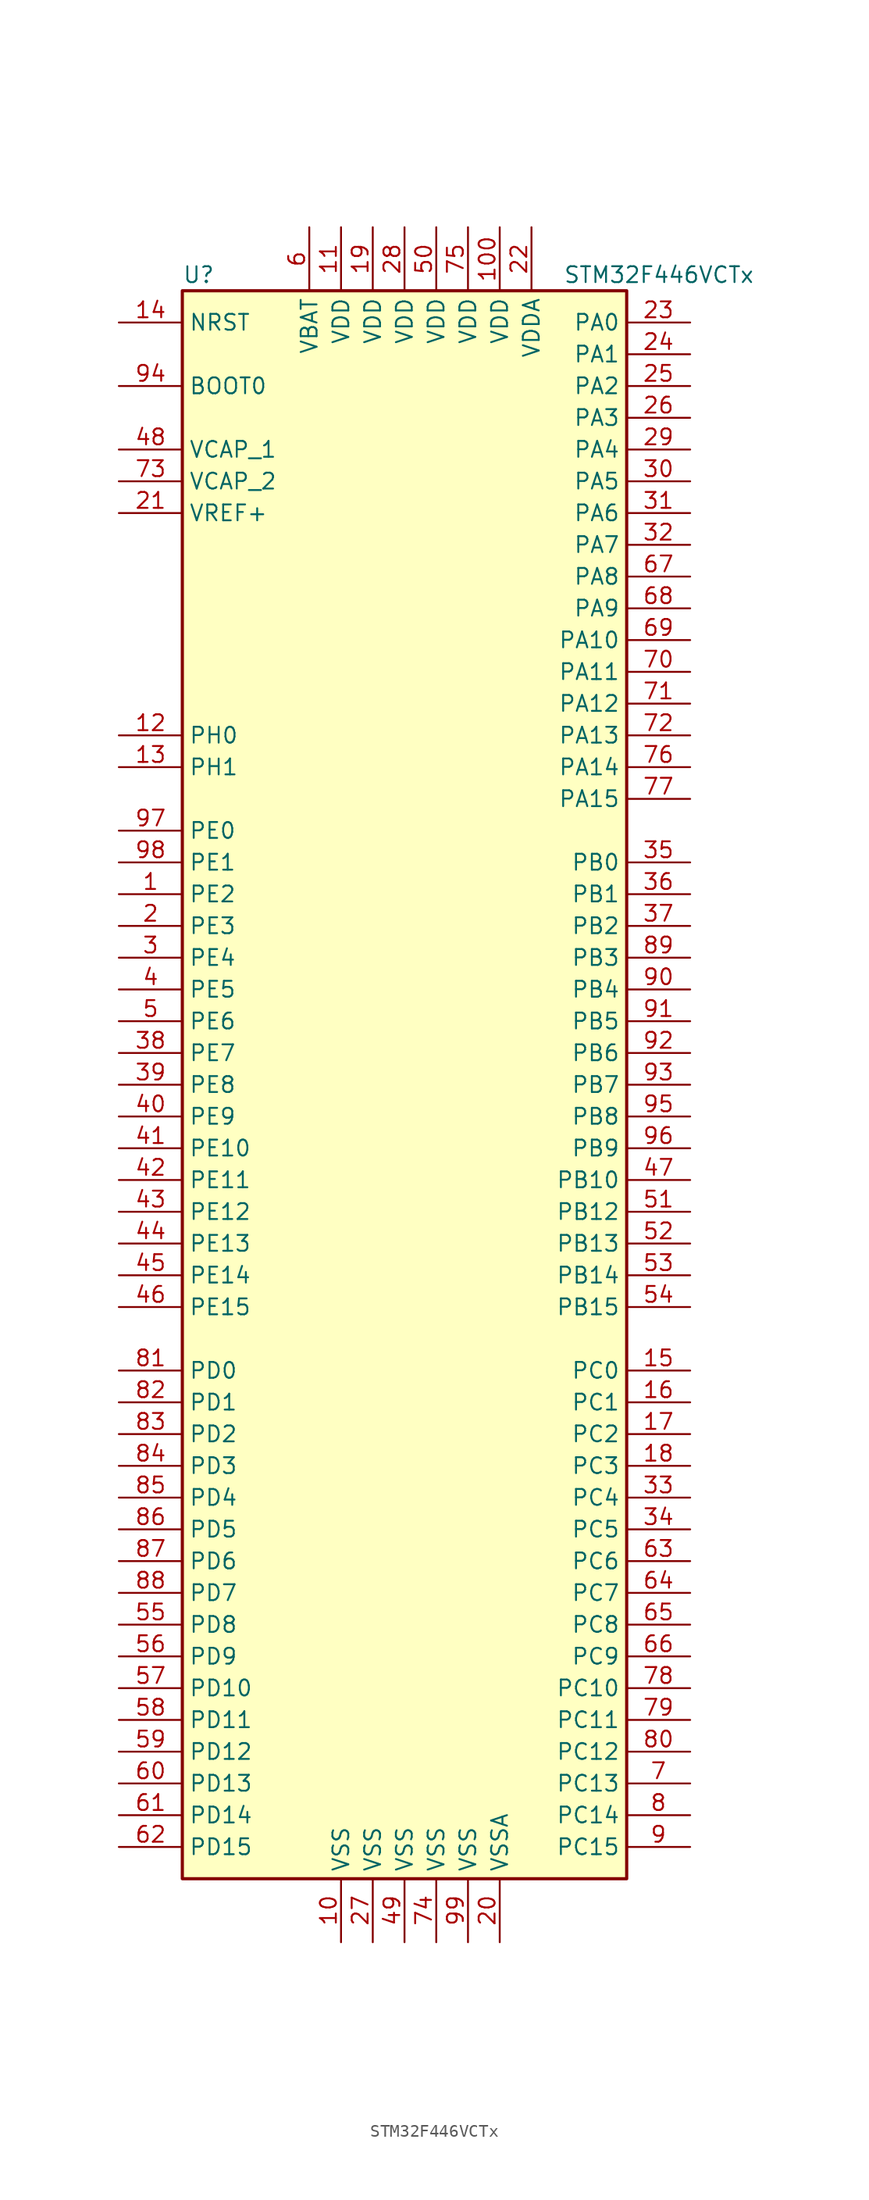
<source format=kicad_sym>
(kicad_symbol_lib
  (version 20211014)
  (generator kicad_symbol_editor)
  (symbol "STM32F446VCTx"
    (property "Reference" "U"
      (at -17.78 64.77 0)
      (effects (font (size 1.27 1.27)) (justify left)))
    (property "Value" "STM32F446VCTx"
      (at 12.7 64.77 0)
      (effects (font (size 1.27 1.27)) (justify left)))
    (symbol "STM32F446VCTx_0_1"
      (rectangle (start -17.78 -63.5) (end 17.78 63.5) (stroke (width 0.254) (type default) (color 0 0 0 0)) (fill (type background))))
    (symbol "STM32F446VCTx_1_1"
      (pin bidirectional line (at -22.86 15.24 0) (length 5.08) (name "PE2" (effects (font (size 1.27 1.27)))) (number "1" (effects (font (size 1.27 1.27)))))
      (pin power_in line (at -5.08 -68.58 90) (length 5.08) (name "VSS" (effects (font (size 1.27 1.27)))) (number "10" (effects (font (size 1.27 1.27)))))
      (pin power_in line (at 7.62 68.58 270) (length 5.08) (name "VDD" (effects (font (size 1.27 1.27)))) (number "100" (effects (font (size 1.27 1.27)))))
      (pin power_in line (at -5.08 68.58 270) (length 5.08) (name "VDD" (effects (font (size 1.27 1.27)))) (number "11" (effects (font (size 1.27 1.27)))))
      (pin input line (at -22.86 27.94 0) (length 5.08) (name "PH0" (effects (font (size 1.27 1.27)))) (number "12" (effects (font (size 1.27 1.27)))))
      (pin input line (at -22.86 25.4 0) (length 5.08) (name "PH1" (effects (font (size 1.27 1.27)))) (number "13" (effects (font (size 1.27 1.27)))))
      (pin input line (at -22.86 60.96 0) (length 5.08) (name "NRST" (effects (font (size 1.27 1.27)))) (number "14" (effects (font (size 1.27 1.27)))))
      (pin bidirectional line (at 22.86 -22.86 180) (length 5.08) (name "PC0" (effects (font (size 1.27 1.27)))) (number "15" (effects (font (size 1.27 1.27)))))
      (pin bidirectional line (at 22.86 -25.4 180) (length 5.08) (name "PC1" (effects (font (size 1.27 1.27)))) (number "16" (effects (font (size 1.27 1.27)))))
      (pin bidirectional line (at 22.86 -27.94 180) (length 5.08) (name "PC2" (effects (font (size 1.27 1.27)))) (number "17" (effects (font (size 1.27 1.27)))))
      (pin bidirectional line (at 22.86 -30.48 180) (length 5.08) (name "PC3" (effects (font (size 1.27 1.27)))) (number "18" (effects (font (size 1.27 1.27)))))
      (pin power_in line (at -2.54 68.58 270) (length 5.08) (name "VDD" (effects (font (size 1.27 1.27)))) (number "19" (effects (font (size 1.27 1.27)))))
      (pin bidirectional line (at -22.86 12.7 0) (length 5.08) (name "PE3" (effects (font (size 1.27 1.27)))) (number "2" (effects (font (size 1.27 1.27)))))
      (pin power_in line (at 7.62 -68.58 90) (length 5.08) (name "VSSA" (effects (font (size 1.27 1.27)))) (number "20" (effects (font (size 1.27 1.27)))))
      (pin power_in line (at -22.86 45.72 0) (length 5.08) (name "VREF+" (effects (font (size 1.27 1.27)))) (number "21" (effects (font (size 1.27 1.27)))))
      (pin power_in line (at 10.16 68.58 270) (length 5.08) (name "VDDA" (effects (font (size 1.27 1.27)))) (number "22" (effects (font (size 1.27 1.27)))))
      (pin bidirectional line (at 22.86 60.96 180) (length 5.08) (name "PA0" (effects (font (size 1.27 1.27)))) (number "23" (effects (font (size 1.27 1.27)))))
      (pin bidirectional line (at 22.86 58.42 180) (length 5.08) (name "PA1" (effects (font (size 1.27 1.27)))) (number "24" (effects (font (size 1.27 1.27)))))
      (pin bidirectional line (at 22.86 55.88 180) (length 5.08) (name "PA2" (effects (font (size 1.27 1.27)))) (number "25" (effects (font (size 1.27 1.27)))))
      (pin bidirectional line (at 22.86 53.34 180) (length 5.08) (name "PA3" (effects (font (size 1.27 1.27)))) (number "26" (effects (font (size 1.27 1.27)))))
      (pin power_in line (at -2.54 -68.58 90) (length 5.08) (name "VSS" (effects (font (size 1.27 1.27)))) (number "27" (effects (font (size 1.27 1.27)))))
      (pin power_in line (at 0 68.58 270) (length 5.08) (name "VDD" (effects (font (size 1.27 1.27)))) (number "28" (effects (font (size 1.27 1.27)))))
      (pin bidirectional line (at 22.86 50.8 180) (length 5.08) (name "PA4" (effects (font (size 1.27 1.27)))) (number "29" (effects (font (size 1.27 1.27)))))
      (pin bidirectional line (at -22.86 10.16 0) (length 5.08) (name "PE4" (effects (font (size 1.27 1.27)))) (number "3" (effects (font (size 1.27 1.27)))))
      (pin bidirectional line (at 22.86 48.26 180) (length 5.08) (name "PA5" (effects (font (size 1.27 1.27)))) (number "30" (effects (font (size 1.27 1.27)))))
      (pin bidirectional line (at 22.86 45.72 180) (length 5.08) (name "PA6" (effects (font (size 1.27 1.27)))) (number "31" (effects (font (size 1.27 1.27)))))
      (pin bidirectional line (at 22.86 43.18 180) (length 5.08) (name "PA7" (effects (font (size 1.27 1.27)))) (number "32" (effects (font (size 1.27 1.27)))))
      (pin bidirectional line (at 22.86 -33.02 180) (length 5.08) (name "PC4" (effects (font (size 1.27 1.27)))) (number "33" (effects (font (size 1.27 1.27)))))
      (pin bidirectional line (at 22.86 -35.56 180) (length 5.08) (name "PC5" (effects (font (size 1.27 1.27)))) (number "34" (effects (font (size 1.27 1.27)))))
      (pin bidirectional line (at 22.86 17.78 180) (length 5.08) (name "PB0" (effects (font (size 1.27 1.27)))) (number "35" (effects (font (size 1.27 1.27)))))
      (pin bidirectional line (at 22.86 15.24 180) (length 5.08) (name "PB1" (effects (font (size 1.27 1.27)))) (number "36" (effects (font (size 1.27 1.27)))))
      (pin bidirectional line (at 22.86 12.7 180) (length 5.08) (name "PB2" (effects (font (size 1.27 1.27)))) (number "37" (effects (font (size 1.27 1.27)))))
      (pin bidirectional line (at -22.86 2.54 0) (length 5.08) (name "PE7" (effects (font (size 1.27 1.27)))) (number "38" (effects (font (size 1.27 1.27)))))
      (pin bidirectional line (at -22.86 0 0) (length 5.08) (name "PE8" (effects (font (size 1.27 1.27)))) (number "39" (effects (font (size 1.27 1.27)))))
      (pin bidirectional line (at -22.86 7.62 0) (length 5.08) (name "PE5" (effects (font (size 1.27 1.27)))) (number "4" (effects (font (size 1.27 1.27)))))
      (pin bidirectional line (at -22.86 -2.54 0) (length 5.08) (name "PE9" (effects (font (size 1.27 1.27)))) (number "40" (effects (font (size 1.27 1.27)))))
      (pin bidirectional line (at -22.86 -5.08 0) (length 5.08) (name "PE10" (effects (font (size 1.27 1.27)))) (number "41" (effects (font (size 1.27 1.27)))))
      (pin bidirectional line (at -22.86 -7.62 0) (length 5.08) (name "PE11" (effects (font (size 1.27 1.27)))) (number "42" (effects (font (size 1.27 1.27)))))
      (pin bidirectional line (at -22.86 -10.16 0) (length 5.08) (name "PE12" (effects (font (size 1.27 1.27)))) (number "43" (effects (font (size 1.27 1.27)))))
      (pin bidirectional line (at -22.86 -12.7 0) (length 5.08) (name "PE13" (effects (font (size 1.27 1.27)))) (number "44" (effects (font (size 1.27 1.27)))))
      (pin bidirectional line (at -22.86 -15.24 0) (length 5.08) (name "PE14" (effects (font (size 1.27 1.27)))) (number "45" (effects (font (size 1.27 1.27)))))
      (pin bidirectional line (at -22.86 -17.78 0) (length 5.08) (name "PE15" (effects (font (size 1.27 1.27)))) (number "46" (effects (font (size 1.27 1.27)))))
      (pin bidirectional line (at 22.86 -7.62 180) (length 5.08) (name "PB10" (effects (font (size 1.27 1.27)))) (number "47" (effects (font (size 1.27 1.27)))))
      (pin power_in line (at -22.86 50.8 0) (length 5.08) (name "VCAP_1" (effects (font (size 1.27 1.27)))) (number "48" (effects (font (size 1.27 1.27)))))
      (pin power_in line (at 0 -68.58 90) (length 5.08) (name "VSS" (effects (font (size 1.27 1.27)))) (number "49" (effects (font (size 1.27 1.27)))))
      (pin bidirectional line (at -22.86 5.08 0) (length 5.08) (name "PE6" (effects (font (size 1.27 1.27)))) (number "5" (effects (font (size 1.27 1.27)))))
      (pin power_in line (at 2.54 68.58 270) (length 5.08) (name "VDD" (effects (font (size 1.27 1.27)))) (number "50" (effects (font (size 1.27 1.27)))))
      (pin bidirectional line (at 22.86 -10.16 180) (length 5.08) (name "PB12" (effects (font (size 1.27 1.27)))) (number "51" (effects (font (size 1.27 1.27)))))
      (pin bidirectional line (at 22.86 -12.7 180) (length 5.08) (name "PB13" (effects (font (size 1.27 1.27)))) (number "52" (effects (font (size 1.27 1.27)))))
      (pin bidirectional line (at 22.86 -15.24 180) (length 5.08) (name "PB14" (effects (font (size 1.27 1.27)))) (number "53" (effects (font (size 1.27 1.27)))))
      (pin bidirectional line (at 22.86 -17.78 180) (length 5.08) (name "PB15" (effects (font (size 1.27 1.27)))) (number "54" (effects (font (size 1.27 1.27)))))
      (pin bidirectional line (at -22.86 -43.18 0) (length 5.08) (name "PD8" (effects (font (size 1.27 1.27)))) (number "55" (effects (font (size 1.27 1.27)))))
      (pin bidirectional line (at -22.86 -45.72 0) (length 5.08) (name "PD9" (effects (font (size 1.27 1.27)))) (number "56" (effects (font (size 1.27 1.27)))))
      (pin bidirectional line (at -22.86 -48.26 0) (length 5.08) (name "PD10" (effects (font (size 1.27 1.27)))) (number "57" (effects (font (size 1.27 1.27)))))
      (pin bidirectional line (at -22.86 -50.8 0) (length 5.08) (name "PD11" (effects (font (size 1.27 1.27)))) (number "58" (effects (font (size 1.27 1.27)))))
      (pin bidirectional line (at -22.86 -53.34 0) (length 5.08) (name "PD12" (effects (font (size 1.27 1.27)))) (number "59" (effects (font (size 1.27 1.27)))))
      (pin power_in line (at -7.62 68.58 270) (length 5.08) (name "VBAT" (effects (font (size 1.27 1.27)))) (number "6" (effects (font (size 1.27 1.27)))))
      (pin bidirectional line (at -22.86 -55.88 0) (length 5.08) (name "PD13" (effects (font (size 1.27 1.27)))) (number "60" (effects (font (size 1.27 1.27)))))
      (pin bidirectional line (at -22.86 -58.42 0) (length 5.08) (name "PD14" (effects (font (size 1.27 1.27)))) (number "61" (effects (font (size 1.27 1.27)))))
      (pin bidirectional line (at -22.86 -60.96 0) (length 5.08) (name "PD15" (effects (font (size 1.27 1.27)))) (number "62" (effects (font (size 1.27 1.27)))))
      (pin bidirectional line (at 22.86 -38.1 180) (length 5.08) (name "PC6" (effects (font (size 1.27 1.27)))) (number "63" (effects (font (size 1.27 1.27)))))
      (pin bidirectional line (at 22.86 -40.64 180) (length 5.08) (name "PC7" (effects (font (size 1.27 1.27)))) (number "64" (effects (font (size 1.27 1.27)))))
      (pin bidirectional line (at 22.86 -43.18 180) (length 5.08) (name "PC8" (effects (font (size 1.27 1.27)))) (number "65" (effects (font (size 1.27 1.27)))))
      (pin bidirectional line (at 22.86 -45.72 180) (length 5.08) (name "PC9" (effects (font (size 1.27 1.27)))) (number "66" (effects (font (size 1.27 1.27)))))
      (pin bidirectional line (at 22.86 40.64 180) (length 5.08) (name "PA8" (effects (font (size 1.27 1.27)))) (number "67" (effects (font (size 1.27 1.27)))))
      (pin bidirectional line (at 22.86 38.1 180) (length 5.08) (name "PA9" (effects (font (size 1.27 1.27)))) (number "68" (effects (font (size 1.27 1.27)))))
      (pin bidirectional line (at 22.86 35.56 180) (length 5.08) (name "PA10" (effects (font (size 1.27 1.27)))) (number "69" (effects (font (size 1.27 1.27)))))
      (pin bidirectional line (at 22.86 -55.88 180) (length 5.08) (name "PC13" (effects (font (size 1.27 1.27)))) (number "7" (effects (font (size 1.27 1.27)))))
      (pin bidirectional line (at 22.86 33.02 180) (length 5.08) (name "PA11" (effects (font (size 1.27 1.27)))) (number "70" (effects (font (size 1.27 1.27)))))
      (pin bidirectional line (at 22.86 30.48 180) (length 5.08) (name "PA12" (effects (font (size 1.27 1.27)))) (number "71" (effects (font (size 1.27 1.27)))))
      (pin bidirectional line (at 22.86 27.94 180) (length 5.08) (name "PA13" (effects (font (size 1.27 1.27)))) (number "72" (effects (font (size 1.27 1.27)))))
      (pin power_in line (at -22.86 48.26 0) (length 5.08) (name "VCAP_2" (effects (font (size 1.27 1.27)))) (number "73" (effects (font (size 1.27 1.27)))))
      (pin power_in line (at 2.54 -68.58 90) (length 5.08) (name "VSS" (effects (font (size 1.27 1.27)))) (number "74" (effects (font (size 1.27 1.27)))))
      (pin power_in line (at 5.08 68.58 270) (length 5.08) (name "VDD" (effects (font (size 1.27 1.27)))) (number "75" (effects (font (size 1.27 1.27)))))
      (pin bidirectional line (at 22.86 25.4 180) (length 5.08) (name "PA14" (effects (font (size 1.27 1.27)))) (number "76" (effects (font (size 1.27 1.27)))))
      (pin bidirectional line (at 22.86 22.86 180) (length 5.08) (name "PA15" (effects (font (size 1.27 1.27)))) (number "77" (effects (font (size 1.27 1.27)))))
      (pin bidirectional line (at 22.86 -48.26 180) (length 5.08) (name "PC10" (effects (font (size 1.27 1.27)))) (number "78" (effects (font (size 1.27 1.27)))))
      (pin bidirectional line (at 22.86 -50.8 180) (length 5.08) (name "PC11" (effects (font (size 1.27 1.27)))) (number "79" (effects (font (size 1.27 1.27)))))
      (pin bidirectional line (at 22.86 -58.42 180) (length 5.08) (name "PC14" (effects (font (size 1.27 1.27)))) (number "8" (effects (font (size 1.27 1.27)))))
      (pin bidirectional line (at 22.86 -53.34 180) (length 5.08) (name "PC12" (effects (font (size 1.27 1.27)))) (number "80" (effects (font (size 1.27 1.27)))))
      (pin bidirectional line (at -22.86 -22.86 0) (length 5.08) (name "PD0" (effects (font (size 1.27 1.27)))) (number "81" (effects (font (size 1.27 1.27)))))
      (pin bidirectional line (at -22.86 -25.4 0) (length 5.08) (name "PD1" (effects (font (size 1.27 1.27)))) (number "82" (effects (font (size 1.27 1.27)))))
      (pin bidirectional line (at -22.86 -27.94 0) (length 5.08) (name "PD2" (effects (font (size 1.27 1.27)))) (number "83" (effects (font (size 1.27 1.27)))))
      (pin bidirectional line (at -22.86 -30.48 0) (length 5.08) (name "PD3" (effects (font (size 1.27 1.27)))) (number "84" (effects (font (size 1.27 1.27)))))
      (pin bidirectional line (at -22.86 -33.02 0) (length 5.08) (name "PD4" (effects (font (size 1.27 1.27)))) (number "85" (effects (font (size 1.27 1.27)))))
      (pin bidirectional line (at -22.86 -35.56 0) (length 5.08) (name "PD5" (effects (font (size 1.27 1.27)))) (number "86" (effects (font (size 1.27 1.27)))))
      (pin bidirectional line (at -22.86 -38.1 0) (length 5.08) (name "PD6" (effects (font (size 1.27 1.27)))) (number "87" (effects (font (size 1.27 1.27)))))
      (pin bidirectional line (at -22.86 -40.64 0) (length 5.08) (name "PD7" (effects (font (size 1.27 1.27)))) (number "88" (effects (font (size 1.27 1.27)))))
      (pin bidirectional line (at 22.86 10.16 180) (length 5.08) (name "PB3" (effects (font (size 1.27 1.27)))) (number "89" (effects (font (size 1.27 1.27)))))
      (pin bidirectional line (at 22.86 -60.96 180) (length 5.08) (name "PC15" (effects (font (size 1.27 1.27)))) (number "9" (effects (font (size 1.27 1.27)))))
      (pin bidirectional line (at 22.86 7.62 180) (length 5.08) (name "PB4" (effects (font (size 1.27 1.27)))) (number "90" (effects (font (size 1.27 1.27)))))
      (pin bidirectional line (at 22.86 5.08 180) (length 5.08) (name "PB5" (effects (font (size 1.27 1.27)))) (number "91" (effects (font (size 1.27 1.27)))))
      (pin bidirectional line (at 22.86 2.54 180) (length 5.08) (name "PB6" (effects (font (size 1.27 1.27)))) (number "92" (effects (font (size 1.27 1.27)))))
      (pin bidirectional line (at 22.86 0 180) (length 5.08) (name "PB7" (effects (font (size 1.27 1.27)))) (number "93" (effects (font (size 1.27 1.27)))))
      (pin input line (at -22.86 55.88 0) (length 5.08) (name "BOOT0" (effects (font (size 1.27 1.27)))) (number "94" (effects (font (size 1.27 1.27)))))
      (pin bidirectional line (at 22.86 -2.54 180) (length 5.08) (name "PB8" (effects (font (size 1.27 1.27)))) (number "95" (effects (font (size 1.27 1.27)))))
      (pin bidirectional line (at 22.86 -5.08 180) (length 5.08) (name "PB9" (effects (font (size 1.27 1.27)))) (number "96" (effects (font (size 1.27 1.27)))))
      (pin bidirectional line (at -22.86 20.32 0) (length 5.08) (name "PE0" (effects (font (size 1.27 1.27)))) (number "97" (effects (font (size 1.27 1.27)))))
      (pin bidirectional line (at -22.86 17.78 0) (length 5.08) (name "PE1" (effects (font (size 1.27 1.27)))) (number "98" (effects (font (size 1.27 1.27)))))
      (pin power_in line (at 5.08 -68.58 90) (length 5.08) (name "VSS" (effects (font (size 1.27 1.27)))) (number "99" (effects (font (size 1.27 1.27))))))))
</source>
